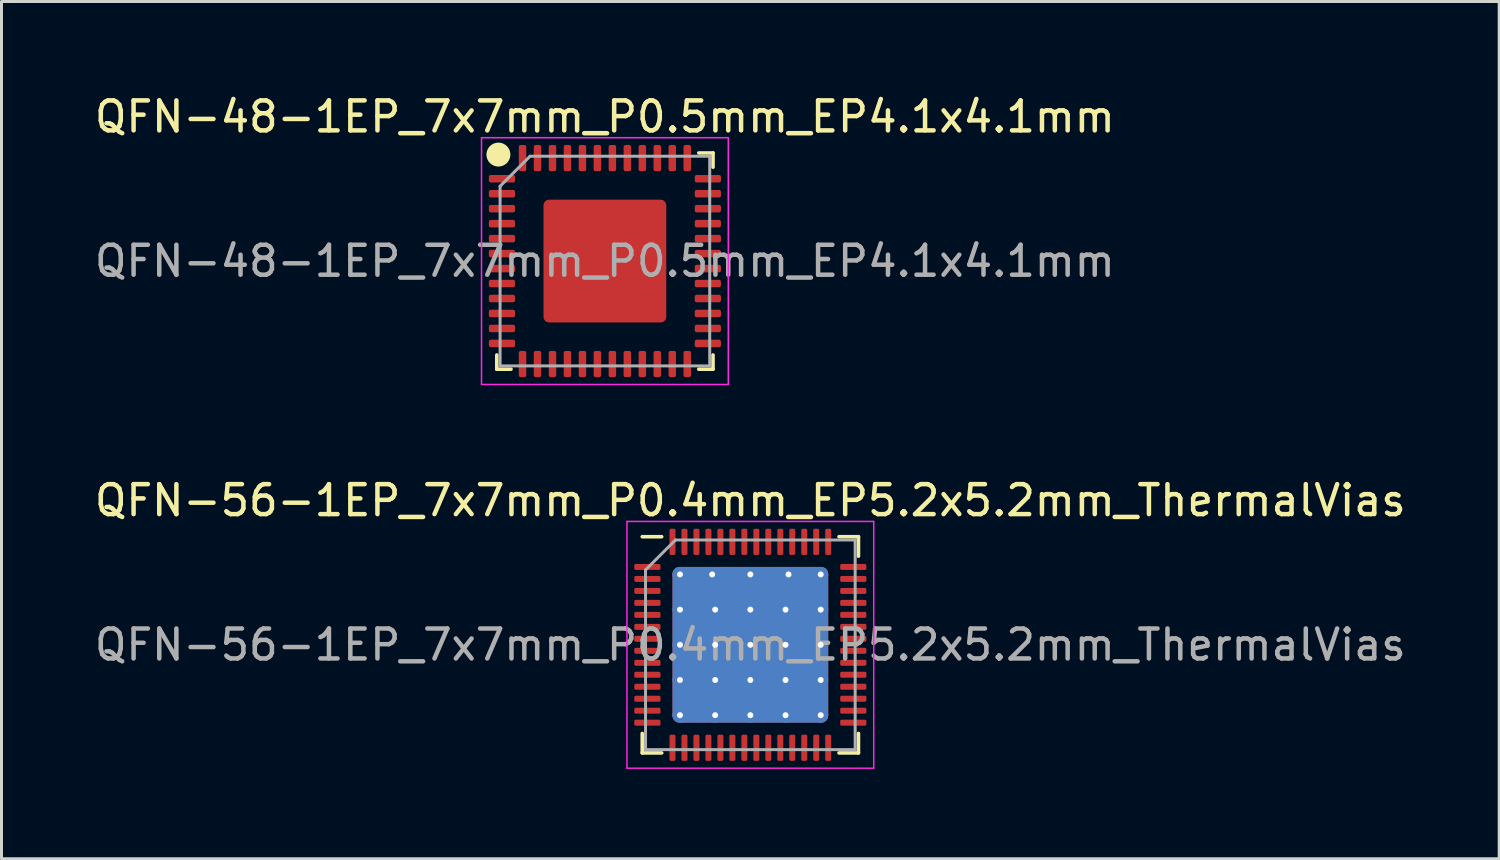
<source format=kicad_pcb>
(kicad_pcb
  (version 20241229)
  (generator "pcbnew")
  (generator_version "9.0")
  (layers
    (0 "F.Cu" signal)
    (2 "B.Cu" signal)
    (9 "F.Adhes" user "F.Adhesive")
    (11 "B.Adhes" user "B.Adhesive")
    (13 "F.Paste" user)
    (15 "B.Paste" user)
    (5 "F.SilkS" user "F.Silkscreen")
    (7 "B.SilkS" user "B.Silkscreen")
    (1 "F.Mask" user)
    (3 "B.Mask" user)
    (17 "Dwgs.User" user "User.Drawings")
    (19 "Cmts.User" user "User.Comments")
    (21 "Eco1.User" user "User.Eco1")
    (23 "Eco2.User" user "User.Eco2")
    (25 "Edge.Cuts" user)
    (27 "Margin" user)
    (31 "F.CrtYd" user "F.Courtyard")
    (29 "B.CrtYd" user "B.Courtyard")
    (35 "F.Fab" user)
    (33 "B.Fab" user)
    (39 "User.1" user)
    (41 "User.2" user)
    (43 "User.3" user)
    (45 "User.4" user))
  (footprint "QFN-48-1EP_7x7mm_P0.5mm_EP4.1x4.1mm"
    (layer "F.Cu")
    (at 17.149 5.668)
    (property "Reference" "QFN-48-1EP_7x7mm_P0.5mm_EP4.1x4.1mm" (at 0 -4.82 0) (layer "F.SilkS") (effects (font (size 1 1) (thickness 0.15))))
    (attr smd)
    (fp_line (start -3.61 3.61) (end -3.61 3.135) (stroke (width 0.12) (type solid)) (layer "F.SilkS"))
    (fp_line (start -3.135 3.61) (end -3.61 3.61) (stroke (width 0.12) (type solid)) (layer "F.SilkS"))
    (fp_line (start 3.135 -3.61) (end 3.61 -3.61) (stroke (width 0.12) (type solid)) (layer "F.SilkS"))
    (fp_line (start 3.135 3.61) (end 3.61 3.61) (stroke (width 0.12) (type solid)) (layer "F.SilkS"))
    (fp_line (start 3.61 -3.61) (end 3.61 -3.135) (stroke (width 0.12) (type solid)) (layer "F.SilkS"))
    (fp_line (start 3.61 3.61) (end 3.61 3.135) (stroke (width 0.12) (type solid)) (layer "F.SilkS"))
    (fp_circle (center -3.556 -3.556) (end -3.356 -3.556) (stroke (width 0.4) (type solid)) (fill no) (layer "F.SilkS"))
    (fp_line (start -4.12 -4.12) (end -4.12 4.12) (stroke (width 0.05) (type solid)) (layer "F.CrtYd"))
    (fp_line (start -4.12 4.12) (end 4.12 4.12) (stroke (width 0.05) (type solid)) (layer "F.CrtYd"))
    (fp_line (start 4.12 -4.12) (end -4.12 -4.12) (stroke (width 0.05) (type solid)) (layer "F.CrtYd"))
    (fp_line (start 4.12 4.12) (end 4.12 -4.12) (stroke (width 0.05) (type solid)) (layer "F.CrtYd"))
    (fp_line (start -3.5 -2.5) (end -2.5 -3.5) (stroke (width 0.1) (type solid)) (layer "F.Fab"))
    (fp_line (start -3.5 3.5) (end -3.5 -2.5) (stroke (width 0.1) (type solid)) (layer "F.Fab"))
    (fp_line (start -2.5 -3.5) (end 3.5 -3.5) (stroke (width 0.1) (type solid)) (layer "F.Fab"))
    (fp_line (start 3.5 -3.5) (end 3.5 3.5) (stroke (width 0.1) (type solid)) (layer "F.Fab"))
    (fp_line (start 3.5 3.5) (end -3.5 3.5) (stroke (width 0.1) (type solid)) (layer "F.Fab"))
    (fp_text user "${REFERENCE}" (at 0 0 0) (layer "F.Fab") (effects (font (size 1 1) (thickness 0.15))))
    (pad "" smd roundrect (at -0.7 -0.7) (size 1.13 1.13) (layers "F.Paste") (roundrect_rratio 0.221))
    (pad "" smd roundrect (at -0.7 0.7) (size 1.13 1.13) (layers "F.Paste") (roundrect_rratio 0.221))
    (pad "" smd roundrect (at 0.7 -0.7) (size 1.13 1.13) (layers "F.Paste") (roundrect_rratio 0.221))
    (pad "" smd roundrect (at 0.7 0.7) (size 1.13 1.13) (layers "F.Paste") (roundrect_rratio 0.221))
    (pad "1" smd roundrect (at -3.438 -2.75) (size 0.875 0.25) (layers "F.Cu" "F.Mask" "F.Paste") (roundrect_rratio 0.25))
    (pad "2" smd roundrect (at -3.438 -2.25) (size 0.875 0.25) (layers "F.Cu" "F.Mask" "F.Paste") (roundrect_rratio 0.25))
    (pad "3" smd roundrect (at -3.438 -1.75) (size 0.875 0.25) (layers "F.Cu" "F.Mask" "F.Paste") (roundrect_rratio 0.25))
    (pad "4" smd roundrect (at -3.438 -1.25) (size 0.875 0.25) (layers "F.Cu" "F.Mask" "F.Paste") (roundrect_rratio 0.25))
    (pad "5" smd roundrect (at -3.438 -0.75) (size 0.875 0.25) (layers "F.Cu" "F.Mask" "F.Paste") (roundrect_rratio 0.25))
    (pad "6" smd roundrect (at -3.438 -0.25) (size 0.875 0.25) (layers "F.Cu" "F.Mask" "F.Paste") (roundrect_rratio 0.25))
    (pad "7" smd roundrect (at -3.438 0.25) (size 0.875 0.25) (layers "F.Cu" "F.Mask" "F.Paste") (roundrect_rratio 0.25))
    (pad "8" smd roundrect (at -3.438 0.75) (size 0.875 0.25) (layers "F.Cu" "F.Mask" "F.Paste") (roundrect_rratio 0.25))
    (pad "9" smd roundrect (at -3.438 1.25) (size 0.875 0.25) (layers "F.Cu" "F.Mask" "F.Paste") (roundrect_rratio 0.25))
    (pad "10" smd roundrect (at -3.438 1.75) (size 0.875 0.25) (layers "F.Cu" "F.Mask" "F.Paste") (roundrect_rratio 0.25))
    (pad "11" smd roundrect (at -3.438 2.25) (size 0.875 0.25) (layers "F.Cu" "F.Mask" "F.Paste") (roundrect_rratio 0.25))
    (pad "12" smd roundrect (at -3.438 2.75) (size 0.875 0.25) (layers "F.Cu" "F.Mask" "F.Paste") (roundrect_rratio 0.25))
    (pad "13" smd roundrect (at -2.75 3.438) (size 0.25 0.875) (layers "F.Cu" "F.Mask" "F.Paste") (roundrect_rratio 0.25))
    (pad "14" smd roundrect (at -2.25 3.438) (size 0.25 0.875) (layers "F.Cu" "F.Mask" "F.Paste") (roundrect_rratio 0.25))
    (pad "15" smd roundrect (at -1.75 3.438) (size 0.25 0.875) (layers "F.Cu" "F.Mask" "F.Paste") (roundrect_rratio 0.25))
    (pad "16" smd roundrect (at -1.25 3.438) (size 0.25 0.875) (layers "F.Cu" "F.Mask" "F.Paste") (roundrect_rratio 0.25))
    (pad "17" smd roundrect (at -0.75 3.438) (size 0.25 0.875) (layers "F.Cu" "F.Mask" "F.Paste") (roundrect_rratio 0.25))
    (pad "18" smd roundrect (at -0.25 3.438) (size 0.25 0.875) (layers "F.Cu" "F.Mask" "F.Paste") (roundrect_rratio 0.25))
    (pad "19" smd roundrect (at 0.25 3.438) (size 0.25 0.875) (layers "F.Cu" "F.Mask" "F.Paste") (roundrect_rratio 0.25))
    (pad "20" smd roundrect (at 0.75 3.438) (size 0.25 0.875) (layers "F.Cu" "F.Mask" "F.Paste") (roundrect_rratio 0.25))
    (pad "21" smd roundrect (at 1.25 3.438) (size 0.25 0.875) (layers "F.Cu" "F.Mask" "F.Paste") (roundrect_rratio 0.25))
    (pad "22" smd roundrect (at 1.75 3.438) (size 0.25 0.875) (layers "F.Cu" "F.Mask" "F.Paste") (roundrect_rratio 0.25))
    (pad "23" smd roundrect (at 2.25 3.438) (size 0.25 0.875) (layers "F.Cu" "F.Mask" "F.Paste") (roundrect_rratio 0.25))
    (pad "24" smd roundrect (at 2.75 3.438) (size 0.25 0.875) (layers "F.Cu" "F.Mask" "F.Paste") (roundrect_rratio 0.25))
    (pad "25" smd roundrect (at 3.438 2.75) (size 0.875 0.25) (layers "F.Cu" "F.Mask" "F.Paste") (roundrect_rratio 0.25))
    (pad "26" smd roundrect (at 3.438 2.25) (size 0.875 0.25) (layers "F.Cu" "F.Mask" "F.Paste") (roundrect_rratio 0.25))
    (pad "27" smd roundrect (at 3.438 1.75) (size 0.875 0.25) (layers "F.Cu" "F.Mask" "F.Paste") (roundrect_rratio 0.25))
    (pad "28" smd roundrect (at 3.438 1.25) (size 0.875 0.25) (layers "F.Cu" "F.Mask" "F.Paste") (roundrect_rratio 0.25))
    (pad "29" smd roundrect (at 3.438 0.75) (size 0.875 0.25) (layers "F.Cu" "F.Mask" "F.Paste") (roundrect_rratio 0.25))
    (pad "30" smd roundrect (at 3.438 0.25) (size 0.875 0.25) (layers "F.Cu" "F.Mask" "F.Paste") (roundrect_rratio 0.25))
    (pad "31" smd roundrect (at 3.438 -0.25) (size 0.875 0.25) (layers "F.Cu" "F.Mask" "F.Paste") (roundrect_rratio 0.25))
    (pad "32" smd roundrect (at 3.438 -0.75) (size 0.875 0.25) (layers "F.Cu" "F.Mask" "F.Paste") (roundrect_rratio 0.25))
    (pad "33" smd roundrect (at 3.438 -1.25) (size 0.875 0.25) (layers "F.Cu" "F.Mask" "F.Paste") (roundrect_rratio 0.25))
    (pad "34" smd roundrect (at 3.438 -1.75) (size 0.875 0.25) (layers "F.Cu" "F.Mask" "F.Paste") (roundrect_rratio 0.25))
    (pad "35" smd roundrect (at 3.438 -2.25) (size 0.875 0.25) (layers "F.Cu" "F.Mask" "F.Paste") (roundrect_rratio 0.25))
    (pad "36" smd roundrect (at 3.438 -2.75) (size 0.875 0.25) (layers "F.Cu" "F.Mask" "F.Paste") (roundrect_rratio 0.25))
    (pad "37" smd roundrect (at 2.75 -3.438) (size 0.25 0.875) (layers "F.Cu" "F.Mask" "F.Paste") (roundrect_rratio 0.25))
    (pad "38" smd roundrect (at 2.25 -3.438) (size 0.25 0.875) (layers "F.Cu" "F.Mask" "F.Paste") (roundrect_rratio 0.25))
    (pad "39" smd roundrect (at 1.75 -3.438) (size 0.25 0.875) (layers "F.Cu" "F.Mask" "F.Paste") (roundrect_rratio 0.25))
    (pad "40" smd roundrect (at 1.25 -3.438) (size 0.25 0.875) (layers "F.Cu" "F.Mask" "F.Paste") (roundrect_rratio 0.25))
    (pad "41" smd roundrect (at 0.75 -3.438) (size 0.25 0.875) (layers "F.Cu" "F.Mask" "F.Paste") (roundrect_rratio 0.25))
    (pad "42" smd roundrect (at 0.25 -3.438) (size 0.25 0.875) (layers "F.Cu" "F.Mask" "F.Paste") (roundrect_rratio 0.25))
    (pad "43" smd roundrect (at -0.25 -3.438) (size 0.25 0.875) (layers "F.Cu" "F.Mask" "F.Paste") (roundrect_rratio 0.25))
    (pad "44" smd roundrect (at -0.75 -3.438) (size 0.25 0.875) (layers "F.Cu" "F.Mask" "F.Paste") (roundrect_rratio 0.25))
    (pad "45" smd roundrect (at -1.25 -3.438) (size 0.25 0.875) (layers "F.Cu" "F.Mask" "F.Paste") (roundrect_rratio 0.25))
    (pad "46" smd roundrect (at -1.75 -3.438) (size 0.25 0.875) (layers "F.Cu" "F.Mask" "F.Paste") (roundrect_rratio 0.25))
    (pad "47" smd roundrect (at -2.25 -3.438) (size 0.25 0.875) (layers "F.Cu" "F.Mask" "F.Paste") (roundrect_rratio 0.25))
    (pad "48" smd roundrect (at -2.75 -3.438) (size 0.25 0.875) (layers "F.Cu" "F.Mask" "F.Paste") (roundrect_rratio 0.25))
    (pad "49" smd roundrect (at 0 0) (size 4.1 4.1) (layers "F.Cu" "F.Mask") (roundrect_rratio 0.045)))
  (footprint "QFN-56-1EP_7x7mm_P0.4mm_EP5.2x5.2mm_ThermalVias"
    (layer "F.Cu")
    (at 22.006 18.482)
    (property "Reference" "QFN-56-1EP_7x7mm_P0.4mm_EP5.2x5.2mm_ThermalVias" (at 0 -4.82 0) (layer "F.SilkS") (effects (font (size 1 1) (thickness 0.15))))
    (attr smd)
    (fp_line (start -3.61 3.61) (end -3.61 2.96) (stroke (width 0.12) (type solid)) (layer "F.SilkS"))
    (fp_line (start -2.96 -3.61) (end -3.61 -3.61) (stroke (width 0.12) (type solid)) (layer "F.SilkS"))
    (fp_line (start -2.96 3.61) (end -3.61 3.61) (stroke (width 0.12) (type solid)) (layer "F.SilkS"))
    (fp_line (start 2.96 -3.61) (end 3.61 -3.61) (stroke (width 0.12) (type solid)) (layer "F.SilkS"))
    (fp_line (start 2.96 3.61) (end 3.61 3.61) (stroke (width 0.12) (type solid)) (layer "F.SilkS"))
    (fp_line (start 3.61 -3.61) (end 3.61 -2.96) (stroke (width 0.12) (type solid)) (layer "F.SilkS"))
    (fp_line (start 3.61 3.61) (end 3.61 2.96) (stroke (width 0.12) (type solid)) (layer "F.SilkS"))
    (fp_line (start -4.12 -4.12) (end -4.12 4.12) (stroke (width 0.05) (type solid)) (layer "F.CrtYd"))
    (fp_line (start -4.12 4.12) (end 4.12 4.12) (stroke (width 0.05) (type solid)) (layer "F.CrtYd"))
    (fp_line (start 4.12 -4.12) (end -4.12 -4.12) (stroke (width 0.05) (type solid)) (layer "F.CrtYd"))
    (fp_line (start 4.12 4.12) (end 4.12 -4.12) (stroke (width 0.05) (type solid)) (layer "F.CrtYd"))
    (fp_line (start -3.5 -2.5) (end -2.5 -3.5) (stroke (width 0.1) (type solid)) (layer "F.Fab"))
    (fp_line (start -3.5 3.5) (end -3.5 -2.5) (stroke (width 0.1) (type solid)) (layer "F.Fab"))
    (fp_line (start -2.5 -3.5) (end 3.5 -3.5) (stroke (width 0.1) (type solid)) (layer "F.Fab"))
    (fp_line (start 3.5 -3.5) (end 3.5 3.5) (stroke (width 0.1) (type solid)) (layer "F.Fab"))
    (fp_line (start 3.5 3.5) (end -3.5 3.5) (stroke (width 0.1) (type solid)) (layer "F.Fab"))
    (fp_text user "${REFERENCE}" (at 0 0 0) (layer "F.Fab") (effects (font (size 1 1) (thickness 0.15))))
    (pad "" smd roundrect (at -1.913 -1.913) (size 1.084 1.084) (layers "F.Paste") (roundrect_rratio 0.231))
    (pad "" smd roundrect (at -1.913 -0.637) (size 1.084 1.084) (layers "F.Paste") (roundrect_rratio 0.231))
    (pad "" smd roundrect (at -1.913 0.637) (size 1.084 1.084) (layers "F.Paste") (roundrect_rratio 0.231))
    (pad "" smd roundrect (at -1.913 1.913) (size 1.084 1.084) (layers "F.Paste") (roundrect_rratio 0.231))
    (pad "" smd roundrect (at -0.637 -1.913) (size 1.084 1.084) (layers "F.Paste") (roundrect_rratio 0.231))
    (pad "" smd roundrect (at -0.637 -0.637) (size 1.084 1.084) (layers "F.Paste") (roundrect_rratio 0.231))
    (pad "" smd roundrect (at -0.637 0.637) (size 1.084 1.084) (layers "F.Paste") (roundrect_rratio 0.231))
    (pad "" smd roundrect (at -0.637 1.913) (size 1.084 1.084) (layers "F.Paste") (roundrect_rratio 0.231))
    (pad "" smd roundrect (at 0.637 -1.913) (size 1.084 1.084) (layers "F.Paste") (roundrect_rratio 0.231))
    (pad "" smd roundrect (at 0.637 -0.637) (size 1.084 1.084) (layers "F.Paste") (roundrect_rratio 0.231))
    (pad "" smd roundrect (at 0.637 0.637) (size 1.084 1.084) (layers "F.Paste") (roundrect_rratio 0.231))
    (pad "" smd roundrect (at 0.637 1.913) (size 1.084 1.084) (layers "F.Paste") (roundrect_rratio 0.231))
    (pad "" smd roundrect (at 1.913 -1.913) (size 1.084 1.084) (layers "F.Paste") (roundrect_rratio 0.231))
    (pad "" smd roundrect (at 1.913 -0.637) (size 1.084 1.084) (layers "F.Paste") (roundrect_rratio 0.231))
    (pad "" smd roundrect (at 1.913 0.637) (size 1.084 1.084) (layers "F.Paste") (roundrect_rratio 0.231))
    (pad "" smd roundrect (at 1.913 1.913) (size 1.084 1.084) (layers "F.Paste") (roundrect_rratio 0.231))
    (pad "1" smd roundrect (at -3.438 -2.6) (size 0.875 0.2) (layers "F.Cu" "F.Mask" "F.Paste") (roundrect_rratio 0.25))
    (pad "2" smd roundrect (at -3.438 -2.2) (size 0.875 0.2) (layers "F.Cu" "F.Mask" "F.Paste") (roundrect_rratio 0.25))
    (pad "3" smd roundrect (at -3.438 -1.8) (size 0.875 0.2) (layers "F.Cu" "F.Mask" "F.Paste") (roundrect_rratio 0.25))
    (pad "4" smd roundrect (at -3.438 -1.4) (size 0.875 0.2) (layers "F.Cu" "F.Mask" "F.Paste") (roundrect_rratio 0.25))
    (pad "5" smd roundrect (at -3.438 -1) (size 0.875 0.2) (layers "F.Cu" "F.Mask" "F.Paste") (roundrect_rratio 0.25))
    (pad "6" smd roundrect (at -3.438 -0.6) (size 0.875 0.2) (layers "F.Cu" "F.Mask" "F.Paste") (roundrect_rratio 0.25))
    (pad "7" smd roundrect (at -3.438 -0.2) (size 0.875 0.2) (layers "F.Cu" "F.Mask" "F.Paste") (roundrect_rratio 0.25))
    (pad "8" smd roundrect (at -3.438 0.2) (size 0.875 0.2) (layers "F.Cu" "F.Mask" "F.Paste") (roundrect_rratio 0.25))
    (pad "9" smd roundrect (at -3.438 0.6) (size 0.875 0.2) (layers "F.Cu" "F.Mask" "F.Paste") (roundrect_rratio 0.25))
    (pad "10" smd roundrect (at -3.438 1) (size 0.875 0.2) (layers "F.Cu" "F.Mask" "F.Paste") (roundrect_rratio 0.25))
    (pad "11" smd roundrect (at -3.438 1.4) (size 0.875 0.2) (layers "F.Cu" "F.Mask" "F.Paste") (roundrect_rratio 0.25))
    (pad "12" smd roundrect (at -3.438 1.8) (size 0.875 0.2) (layers "F.Cu" "F.Mask" "F.Paste") (roundrect_rratio 0.25))
    (pad "13" smd roundrect (at -3.438 2.2) (size 0.875 0.2) (layers "F.Cu" "F.Mask" "F.Paste") (roundrect_rratio 0.25))
    (pad "14" smd roundrect (at -3.438 2.6) (size 0.875 0.2) (layers "F.Cu" "F.Mask" "F.Paste") (roundrect_rratio 0.25))
    (pad "15" smd roundrect (at -2.6 3.438) (size 0.2 0.875) (layers "F.Cu" "F.Mask" "F.Paste") (roundrect_rratio 0.25))
    (pad "16" smd roundrect (at -2.2 3.438) (size 0.2 0.875) (layers "F.Cu" "F.Mask" "F.Paste") (roundrect_rratio 0.25))
    (pad "17" smd roundrect (at -1.8 3.438) (size 0.2 0.875) (layers "F.Cu" "F.Mask" "F.Paste") (roundrect_rratio 0.25))
    (pad "18" smd roundrect (at -1.4 3.438) (size 0.2 0.875) (layers "F.Cu" "F.Mask" "F.Paste") (roundrect_rratio 0.25))
    (pad "19" smd roundrect (at -1 3.438) (size 0.2 0.875) (layers "F.Cu" "F.Mask" "F.Paste") (roundrect_rratio 0.25))
    (pad "20" smd roundrect (at -0.6 3.438) (size 0.2 0.875) (layers "F.Cu" "F.Mask" "F.Paste") (roundrect_rratio 0.25))
    (pad "21" smd roundrect (at -0.2 3.438) (size 0.2 0.875) (layers "F.Cu" "F.Mask" "F.Paste") (roundrect_rratio 0.25))
    (pad "22" smd roundrect (at 0.2 3.438) (size 0.2 0.875) (layers "F.Cu" "F.Mask" "F.Paste") (roundrect_rratio 0.25))
    (pad "23" smd roundrect (at 0.6 3.438) (size 0.2 0.875) (layers "F.Cu" "F.Mask" "F.Paste") (roundrect_rratio 0.25))
    (pad "24" smd roundrect (at 1 3.438) (size 0.2 0.875) (layers "F.Cu" "F.Mask" "F.Paste") (roundrect_rratio 0.25))
    (pad "25" smd roundrect (at 1.4 3.438) (size 0.2 0.875) (layers "F.Cu" "F.Mask" "F.Paste") (roundrect_rratio 0.25))
    (pad "26" smd roundrect (at 1.8 3.438) (size 0.2 0.875) (layers "F.Cu" "F.Mask" "F.Paste") (roundrect_rratio 0.25))
    (pad "27" smd roundrect (at 2.2 3.438) (size 0.2 0.875) (layers "F.Cu" "F.Mask" "F.Paste") (roundrect_rratio 0.25))
    (pad "28" smd roundrect (at 2.6 3.438) (size 0.2 0.875) (layers "F.Cu" "F.Mask" "F.Paste") (roundrect_rratio 0.25))
    (pad "29" smd roundrect (at 3.438 2.6) (size 0.875 0.2) (layers "F.Cu" "F.Mask" "F.Paste") (roundrect_rratio 0.25))
    (pad "30" smd roundrect (at 3.438 2.2) (size 0.875 0.2) (layers "F.Cu" "F.Mask" "F.Paste") (roundrect_rratio 0.25))
    (pad "31" smd roundrect (at 3.438 1.8) (size 0.875 0.2) (layers "F.Cu" "F.Mask" "F.Paste") (roundrect_rratio 0.25))
    (pad "32" smd roundrect (at 3.438 1.4) (size 0.875 0.2) (layers "F.Cu" "F.Mask" "F.Paste") (roundrect_rratio 0.25))
    (pad "33" smd roundrect (at 3.438 1) (size 0.875 0.2) (layers "F.Cu" "F.Mask" "F.Paste") (roundrect_rratio 0.25))
    (pad "34" smd roundrect (at 3.438 0.6) (size 0.875 0.2) (layers "F.Cu" "F.Mask" "F.Paste") (roundrect_rratio 0.25))
    (pad "35" smd roundrect (at 3.438 0.2) (size 0.875 0.2) (layers "F.Cu" "F.Mask" "F.Paste") (roundrect_rratio 0.25))
    (pad "36" smd roundrect (at 3.438 -0.2) (size 0.875 0.2) (layers "F.Cu" "F.Mask" "F.Paste") (roundrect_rratio 0.25))
    (pad "37" smd roundrect (at 3.438 -0.6) (size 0.875 0.2) (layers "F.Cu" "F.Mask" "F.Paste") (roundrect_rratio 0.25))
    (pad "38" smd roundrect (at 3.438 -1) (size 0.875 0.2) (layers "F.Cu" "F.Mask" "F.Paste") (roundrect_rratio 0.25))
    (pad "39" smd roundrect (at 3.438 -1.4) (size 0.875 0.2) (layers "F.Cu" "F.Mask" "F.Paste") (roundrect_rratio 0.25))
    (pad "40" smd roundrect (at 3.438 -1.8) (size 0.875 0.2) (layers "F.Cu" "F.Mask" "F.Paste") (roundrect_rratio 0.25))
    (pad "41" smd roundrect (at 3.438 -2.2) (size 0.875 0.2) (layers "F.Cu" "F.Mask" "F.Paste") (roundrect_rratio 0.25))
    (pad "42" smd roundrect (at 3.438 -2.6) (size 0.875 0.2) (layers "F.Cu" "F.Mask" "F.Paste") (roundrect_rratio 0.25))
    (pad "43" smd roundrect (at 2.6 -3.438) (size 0.2 0.875) (layers "F.Cu" "F.Mask" "F.Paste") (roundrect_rratio 0.25))
    (pad "44" smd roundrect (at 2.2 -3.438) (size 0.2 0.875) (layers "F.Cu" "F.Mask" "F.Paste") (roundrect_rratio 0.25))
    (pad "45" smd roundrect (at 1.8 -3.438) (size 0.2 0.875) (layers "F.Cu" "F.Mask" "F.Paste") (roundrect_rratio 0.25))
    (pad "46" smd roundrect (at 1.4 -3.438) (size 0.2 0.875) (layers "F.Cu" "F.Mask" "F.Paste") (roundrect_rratio 0.25))
    (pad "47" smd roundrect (at 1 -3.438) (size 0.2 0.875) (layers "F.Cu" "F.Mask" "F.Paste") (roundrect_rratio 0.25))
    (pad "48" smd roundrect (at 0.6 -3.438) (size 0.2 0.875) (layers "F.Cu" "F.Mask" "F.Paste") (roundrect_rratio 0.25))
    (pad "49" smd roundrect (at 0.2 -3.438) (size 0.2 0.875) (layers "F.Cu" "F.Mask" "F.Paste") (roundrect_rratio 0.25))
    (pad "50" smd roundrect (at -0.2 -3.438) (size 0.2 0.875) (layers "F.Cu" "F.Mask" "F.Paste") (roundrect_rratio 0.25))
    (pad "51" smd roundrect (at -0.6 -3.438) (size 0.2 0.875) (layers "F.Cu" "F.Mask" "F.Paste") (roundrect_rratio 0.25))
    (pad "52" smd roundrect (at -1 -3.438) (size 0.2 0.875) (layers "F.Cu" "F.Mask" "F.Paste") (roundrect_rratio 0.25))
    (pad "53" smd roundrect (at -1.4 -3.438) (size 0.2 0.875) (layers "F.Cu" "F.Mask" "F.Paste") (roundrect_rratio 0.25))
    (pad "54" smd roundrect (at -1.8 -3.438) (size 0.2 0.875) (layers "F.Cu" "F.Mask" "F.Paste") (roundrect_rratio 0.25))
    (pad "55" smd roundrect (at -2.2 -3.438) (size 0.2 0.875) (layers "F.Cu" "F.Mask" "F.Paste") (roundrect_rratio 0.25))
    (pad "56" smd roundrect (at -2.6 -3.438) (size 0.2 0.875) (layers "F.Cu" "F.Mask" "F.Paste") (roundrect_rratio 0.25))
    (pad "57" thru_hole circle (at -2.35 -2.35) (size 0.5 0.5) (drill 0.2) (layers "*.Cu"))
    (pad "57" thru_hole circle (at -2.35 -1.175) (size 0.5 0.5) (drill 0.2) (layers "*.Cu"))
    (pad "57" thru_hole circle (at -2.35 0) (size 0.5 0.5) (drill 0.2) (layers "*.Cu"))
    (pad "57" thru_hole circle (at -2.35 1.175) (size 0.5 0.5) (drill 0.2) (layers "*.Cu"))
    (pad "57" thru_hole circle (at -2.35 2.35) (size 0.5 0.5) (drill 0.2) (layers "*.Cu"))
    (pad "57" thru_hole circle (at -1.275 -2.35) (size 0.5 0.5) (drill 0.2) (layers "*.Cu"))
    (pad "57" thru_hole circle (at -1.175 -1.175) (size 0.5 0.5) (drill 0.2) (layers "*.Cu"))
    (pad "57" thru_hole circle (at -1.175 0) (size 0.5 0.5) (drill 0.2) (layers "*.Cu"))
    (pad "57" thru_hole circle (at -1.175 1.175) (size 0.5 0.5) (drill 0.2) (layers "*.Cu"))
    (pad "57" thru_hole circle (at -1.175 2.35) (size 0.5 0.5) (drill 0.2) (layers "*.Cu"))
    (pad "57" thru_hole circle (at 0 -2.35) (size 0.5 0.5) (drill 0.2) (layers "*.Cu"))
    (pad "57" thru_hole circle (at 0 -1.175) (size 0.5 0.5) (drill 0.2) (layers "*.Cu"))
    (pad "57" thru_hole circle (at 0 0) (size 0.5 0.5) (drill 0.2) (layers "*.Cu"))
    (pad "57" smd roundrect (at 0 0) (size 5.2 5.2) (layers "F.Cu" "F.Mask") (roundrect_rratio 0.045))
    (pad "57" smd roundrect (at 0 0) (size 5.2 5.2) (layers "B.Cu") (roundrect_rratio 0.045))
    (pad "57" thru_hole circle (at 0 1.175) (size 0.5 0.5) (drill 0.2) (layers "*.Cu"))
    (pad "57" thru_hole circle (at 0 2.35) (size 0.5 0.5) (drill 0.2) (layers "*.Cu"))
    (pad "57" thru_hole circle (at 1.175 -1.175) (size 0.5 0.5) (drill 0.2) (layers "*.Cu"))
    (pad "57" thru_hole circle (at 1.175 0) (size 0.5 0.5) (drill 0.2) (layers "*.Cu"))
    (pad "57" thru_hole circle (at 1.175 1.175) (size 0.5 0.5) (drill 0.2) (layers "*.Cu"))
    (pad "57" thru_hole circle (at 1.175 2.35) (size 0.5 0.5) (drill 0.2) (layers "*.Cu"))
    (pad "57" thru_hole circle (at 1.275 -2.35) (size 0.5 0.5) (drill 0.2) (layers "*.Cu"))
    (pad "57" thru_hole circle (at 2.35 -2.35) (size 0.5 0.5) (drill 0.2) (layers "*.Cu"))
    (pad "57" thru_hole circle (at 2.35 -1.175) (size 0.5 0.5) (drill 0.2) (layers "*.Cu"))
    (pad "57" thru_hole circle (at 2.35 0) (size 0.5 0.5) (drill 0.2) (layers "*.Cu"))
    (pad "57" thru_hole circle (at 2.35 1.175) (size 0.5 0.5) (drill 0.2) (layers "*.Cu"))
    (pad "57" thru_hole circle (at 2.35 2.35) (size 0.5 0.5) (drill 0.2) (layers "*.Cu")))
  (gr_rect
    (start -3 -3)
    (end 47.012 25.627)
    (stroke (width 0.1) (type default))
    (fill no)
    (layer "Edge.Cuts")))
</source>
